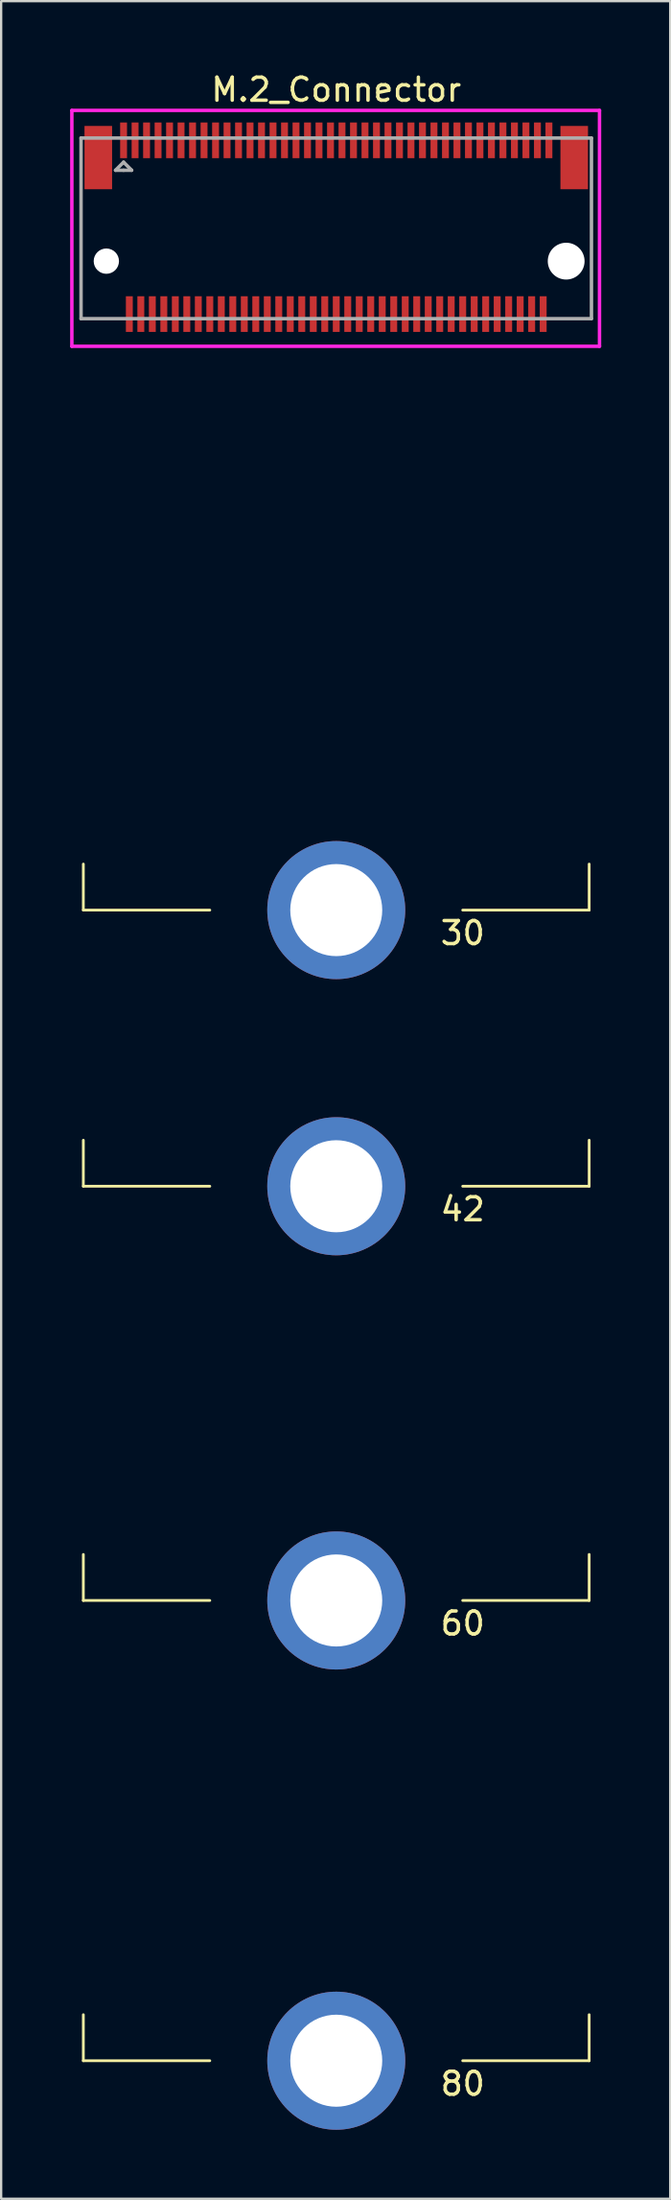
<source format=kicad_pcb>
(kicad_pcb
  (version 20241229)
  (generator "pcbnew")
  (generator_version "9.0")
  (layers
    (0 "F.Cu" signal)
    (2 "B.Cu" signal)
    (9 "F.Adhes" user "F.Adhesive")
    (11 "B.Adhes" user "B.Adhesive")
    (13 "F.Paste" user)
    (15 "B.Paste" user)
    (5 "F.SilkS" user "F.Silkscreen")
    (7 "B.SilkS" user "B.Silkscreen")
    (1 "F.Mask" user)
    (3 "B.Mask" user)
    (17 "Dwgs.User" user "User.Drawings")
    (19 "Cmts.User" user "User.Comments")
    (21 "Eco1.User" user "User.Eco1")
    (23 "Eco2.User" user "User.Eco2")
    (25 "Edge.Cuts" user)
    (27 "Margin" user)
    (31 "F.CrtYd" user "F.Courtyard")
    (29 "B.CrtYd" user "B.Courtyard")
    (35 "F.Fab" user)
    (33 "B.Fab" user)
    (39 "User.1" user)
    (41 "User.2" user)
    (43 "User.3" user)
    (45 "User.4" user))
  (footprint "M.2_Connector"
    (layer "F.Cu")
    (at 11.575 6.498)
    (property "Reference" "M.2_Connector" (at 0 -5.65 180) (layer "F.SilkS") (effects (font (size 1 1) (thickness 0.15))))
    (attr through_hole)
    (fp_line (start -11 30) (end -11 28) (stroke (width 0.12) (type solid)) (layer "F.SilkS"))
    (fp_line (start -11 42) (end -11 40) (stroke (width 0.12) (type solid)) (layer "F.SilkS"))
    (fp_line (start -11 60) (end -11 58) (stroke (width 0.12) (type solid)) (layer "F.SilkS"))
    (fp_line (start -11 80) (end -11 78) (stroke (width 0.12) (type solid)) (layer "F.SilkS"))
    (fp_line (start -5.5 30) (end -11 30) (stroke (width 0.12) (type solid)) (layer "F.SilkS"))
    (fp_line (start -5.5 42) (end -11 42) (stroke (width 0.12) (type solid)) (layer "F.SilkS"))
    (fp_line (start -5.5 60) (end -11 60) (stroke (width 0.12) (type solid)) (layer "F.SilkS"))
    (fp_line (start -5.5 80) (end -11 80) (stroke (width 0.12) (type solid)) (layer "F.SilkS"))
    (fp_line (start 5.5 30) (end 11 30) (stroke (width 0.12) (type solid)) (layer "F.SilkS"))
    (fp_line (start 5.5 42) (end 11 42) (stroke (width 0.12) (type solid)) (layer "F.SilkS"))
    (fp_line (start 5.5 60) (end 11 60) (stroke (width 0.12) (type solid)) (layer "F.SilkS"))
    (fp_line (start 5.5 80) (end 11 80) (stroke (width 0.12) (type solid)) (layer "F.SilkS"))
    (fp_line (start 11 30) (end 11 28) (stroke (width 0.12) (type solid)) (layer "F.SilkS"))
    (fp_line (start 11 42) (end 11 40) (stroke (width 0.12) (type solid)) (layer "F.SilkS"))
    (fp_line (start 11 60) (end 11 58) (stroke (width 0.12) (type solid)) (layer "F.SilkS"))
    (fp_line (start 11 80) (end 11 78) (stroke (width 0.12) (type solid)) (layer "F.SilkS"))
    (fp_line (start -11.5 -4.75) (end 11.45 -4.75) (stroke (width 0.15) (type solid)) (layer "F.CrtYd"))
    (fp_line (start -11.5 5.5) (end -11.5 -4.75) (stroke (width 0.15) (type solid)) (layer "F.CrtYd"))
    (fp_line (start 11.45 -4.75) (end 11.45 5.5) (stroke (width 0.15) (type solid)) (layer "F.CrtYd"))
    (fp_line (start 11.45 5.5) (end -11.5 5.5) (stroke (width 0.15) (type solid)) (layer "F.CrtYd"))
    (fp_line (start -11.1 -3.55) (end 11.1 -3.55) (stroke (width 0.15) (type solid)) (layer "F.Fab"))
    (fp_line (start -11.1 4.3) (end -11.1 -3.55) (stroke (width 0.15) (type solid)) (layer "F.Fab"))
    (fp_line (start -9.6 -2.15) (end -9.25 -2.15) (stroke (width 0.15) (type solid)) (layer "F.Fab"))
    (fp_line (start -9.25 -2.5) (end -9.6 -2.15) (stroke (width 0.15) (type solid)) (layer "F.Fab"))
    (fp_line (start -9.25 -2.5) (end -8.9 -2.15) (stroke (width 0.15) (type solid)) (layer "F.Fab"))
    (fp_line (start -8.9 -2.15) (end -9.25 -2.15) (stroke (width 0.15) (type solid)) (layer "F.Fab"))
    (fp_line (start 11.1 -3.55) (end 11.1 4.3) (stroke (width 0.15) (type solid)) (layer "F.Fab"))
    (fp_line (start 11.1 4.3) (end -11.1 4.3) (stroke (width 0.15) (type solid)) (layer "F.Fab"))
    (fp_text user "80" (at 5.5 81 0) (layer "F.SilkS") (effects (font (size 1 1) (thickness 0.15))))
    (fp_text user "42" (at 5.5 43 0) (layer "F.SilkS") (effects (font (size 1 1) (thickness 0.15))))
    (fp_text user "60" (at 5.5 61 0) (layer "F.SilkS") (effects (font (size 1 1) (thickness 0.15))))
    (fp_text user "30" (at 5.5 31 0) (layer "F.SilkS") (effects (font (size 1 1) (thickness 0.15))))
    (pad "" np_thru_hole circle (at -10 1.8) (size 1.1 1.1) (drill 1.1) (layers "*.Cu" "*.Mask"))
    (pad "" np_thru_hole circle (at 10 1.8) (size 1.6 1.6) (drill 1.6) (layers "*.Cu" "*.Mask"))
    (pad "1" smd rect (at -9.25 -3.45) (size 0.3 1.55) (layers "F.Cu" "F.Mask" "F.Paste"))
    (pad "2" smd rect (at -9 4.1) (size 0.3 1.55) (layers "F.Cu" "F.Mask" "F.Paste"))
    (pad "3" smd rect (at -8.75 -3.45) (size 0.3 1.55) (layers "F.Cu" "F.Mask" "F.Paste"))
    (pad "4" smd rect (at -8.5 4.1) (size 0.3 1.55) (layers "F.Cu" "F.Mask" "F.Paste"))
    (pad "5" smd rect (at -8.25 -3.45) (size 0.3 1.55) (layers "F.Cu" "F.Mask" "F.Paste"))
    (pad "6" smd rect (at -8 4.1) (size 0.3 1.55) (layers "F.Cu" "F.Mask" "F.Paste"))
    (pad "7" smd rect (at -7.75 -3.45) (size 0.3 1.55) (layers "F.Cu" "F.Mask" "F.Paste"))
    (pad "8" smd rect (at -7.5 4.1) (size 0.3 1.55) (layers "F.Cu" "F.Mask" "F.Paste"))
    (pad "9" smd rect (at -7.25 -3.45) (size 0.3 1.55) (layers "F.Cu" "F.Mask" "F.Paste"))
    (pad "10" smd rect (at -7 4.1) (size 0.3 1.55) (layers "F.Cu" "F.Mask" "F.Paste"))
    (pad "11" smd rect (at -6.75 -3.45) (size 0.3 1.55) (layers "F.Cu" "F.Mask" "F.Paste"))
    (pad "12" smd rect (at -6.5 4.1) (size 0.3 1.55) (layers "F.Cu" "F.Mask" "F.Paste"))
    (pad "13" smd rect (at -6.25 -3.45) (size 0.3 1.55) (layers "F.Cu" "F.Mask" "F.Paste"))
    (pad "14" smd rect (at -6 4.1) (size 0.3 1.55) (layers "F.Cu" "F.Mask" "F.Paste"))
    (pad "15" smd rect (at -5.75 -3.45) (size 0.3 1.55) (layers "F.Cu" "F.Mask" "F.Paste"))
    (pad "16" smd rect (at -5.5 4.1) (size 0.3 1.55) (layers "F.Cu" "F.Mask" "F.Paste"))
    (pad "17" smd rect (at -5.25 -3.45) (size 0.3 1.55) (layers "F.Cu" "F.Mask" "F.Paste"))
    (pad "18" smd rect (at -5 4.1) (size 0.3 1.55) (layers "F.Cu" "F.Mask" "F.Paste"))
    (pad "19" smd rect (at -4.75 -3.45) (size 0.3 1.55) (layers "F.Cu" "F.Mask" "F.Paste"))
    (pad "20" smd rect (at -4.5 4.1) (size 0.3 1.55) (layers "F.Cu" "F.Mask" "F.Paste"))
    (pad "21" smd rect (at -4.25 -3.45) (size 0.3 1.55) (layers "F.Cu" "F.Mask" "F.Paste"))
    (pad "22" smd rect (at -4 4.1) (size 0.3 1.55) (layers "F.Cu" "F.Mask" "F.Paste"))
    (pad "23" smd rect (at -3.75 -3.45) (size 0.3 1.55) (layers "F.Cu" "F.Mask" "F.Paste"))
    (pad "24" smd rect (at -3.5 4.1) (size 0.3 1.55) (layers "F.Cu" "F.Mask" "F.Paste"))
    (pad "25" smd rect (at -3.25 -3.45) (size 0.3 1.55) (layers "F.Cu" "F.Mask" "F.Paste"))
    (pad "26" smd rect (at -3 4.1) (size 0.3 1.55) (layers "F.Cu" "F.Mask" "F.Paste"))
    (pad "27" smd rect (at -2.75 -3.45) (size 0.3 1.55) (layers "F.Cu" "F.Mask" "F.Paste"))
    (pad "28" smd rect (at -2.5 4.1) (size 0.3 1.55) (layers "F.Cu" "F.Mask" "F.Paste"))
    (pad "29" smd rect (at -2.25 -3.45) (size 0.3 1.55) (layers "F.Cu" "F.Mask" "F.Paste"))
    (pad "30" smd rect (at -2 4.1) (size 0.3 1.55) (layers "F.Cu" "F.Mask" "F.Paste"))
    (pad "31" smd rect (at -1.75 -3.45) (size 0.3 1.55) (layers "F.Cu" "F.Mask" "F.Paste"))
    (pad "32" smd rect (at -1.5 4.1) (size 0.3 1.55) (layers "F.Cu" "F.Mask" "F.Paste"))
    (pad "33" smd rect (at -1.25 -3.45) (size 0.3 1.55) (layers "F.Cu" "F.Mask" "F.Paste"))
    (pad "34" smd rect (at -1 4.1) (size 0.3 1.55) (layers "F.Cu" "F.Mask" "F.Paste"))
    (pad "35" smd rect (at -0.75 -3.45) (size 0.3 1.55) (layers "F.Cu" "F.Mask" "F.Paste"))
    (pad "36" smd rect (at -0.5 4.1) (size 0.3 1.55) (layers "F.Cu" "F.Mask" "F.Paste"))
    (pad "37" smd rect (at -0.25 -3.45) (size 0.3 1.55) (layers "F.Cu" "F.Mask" "F.Paste"))
    (pad "38" smd rect (at 0 4.1) (size 0.3 1.55) (layers "F.Cu" "F.Mask" "F.Paste"))
    (pad "39" smd rect (at 0.25 -3.45) (size 0.3 1.55) (layers "F.Cu" "F.Mask" "F.Paste"))
    (pad "40" smd rect (at 0.5 4.1) (size 0.3 1.55) (layers "F.Cu" "F.Mask" "F.Paste"))
    (pad "41" smd rect (at 0.75 -3.45) (size 0.3 1.55) (layers "F.Cu" "F.Mask" "F.Paste"))
    (pad "42" smd rect (at 1 4.1) (size 0.3 1.55) (layers "F.Cu" "F.Mask" "F.Paste"))
    (pad "43" smd rect (at 1.25 -3.45) (size 0.3 1.55) (layers "F.Cu" "F.Mask" "F.Paste"))
    (pad "44" smd rect (at 1.5 4.1) (size 0.3 1.55) (layers "F.Cu" "F.Mask" "F.Paste"))
    (pad "45" smd rect (at 1.75 -3.45) (size 0.3 1.55) (layers "F.Cu" "F.Mask" "F.Paste"))
    (pad "46" smd rect (at 2 4.1) (size 0.3 1.55) (layers "F.Cu" "F.Mask" "F.Paste"))
    (pad "47" smd rect (at 2.25 -3.45) (size 0.3 1.55) (layers "F.Cu" "F.Mask" "F.Paste"))
    (pad "48" smd rect (at 2.5 4.1) (size 0.3 1.55) (layers "F.Cu" "F.Mask" "F.Paste"))
    (pad "49" smd rect (at 2.75 -3.45) (size 0.3 1.55) (layers "F.Cu" "F.Mask" "F.Paste"))
    (pad "50" smd rect (at 3 4.1) (size 0.3 1.55) (layers "F.Cu" "F.Mask" "F.Paste"))
    (pad "51" smd rect (at 3.25 -3.45) (size 0.3 1.55) (layers "F.Cu" "F.Mask" "F.Paste"))
    (pad "52" smd rect (at 3.5 4.1) (size 0.3 1.55) (layers "F.Cu" "F.Mask" "F.Paste"))
    (pad "53" smd rect (at 3.75 -3.45) (size 0.3 1.55) (layers "F.Cu" "F.Mask" "F.Paste"))
    (pad "54" smd rect (at 4 4.1) (size 0.3 1.55) (layers "F.Cu" "F.Mask" "F.Paste"))
    (pad "55" smd rect (at 4.25 -3.45) (size 0.3 1.55) (layers "F.Cu" "F.Mask" "F.Paste"))
    (pad "56" smd rect (at 4.5 4.1) (size 0.3 1.55) (layers "F.Cu" "F.Mask" "F.Paste"))
    (pad "57" smd rect (at 4.75 -3.45) (size 0.3 1.55) (layers "F.Cu" "F.Mask" "F.Paste"))
    (pad "58" smd rect (at 5 4.1) (size 0.3 1.55) (layers "F.Cu" "F.Mask" "F.Paste"))
    (pad "59" smd rect (at 5.25 -3.45) (size 0.3 1.55) (layers "F.Cu" "F.Mask" "F.Paste"))
    (pad "60" smd rect (at 5.5 4.1) (size 0.3 1.55) (layers "F.Cu" "F.Mask" "F.Paste"))
    (pad "61" smd rect (at 5.75 -3.45) (size 0.3 1.55) (layers "F.Cu" "F.Mask" "F.Paste"))
    (pad "62" smd rect (at 6 4.1) (size 0.3 1.55) (layers "F.Cu" "F.Mask" "F.Paste"))
    (pad "63" smd rect (at 6.25 -3.45) (size 0.3 1.55) (layers "F.Cu" "F.Mask" "F.Paste"))
    (pad "64" smd rect (at 6.5 4.1) (size 0.3 1.55) (layers "F.Cu" "F.Mask" "F.Paste"))
    (pad "65" smd rect (at 6.75 -3.45) (size 0.3 1.55) (layers "F.Cu" "F.Mask" "F.Paste"))
    (pad "66" smd rect (at 7 4.1) (size 0.3 1.55) (layers "F.Cu" "F.Mask" "F.Paste"))
    (pad "67" smd rect (at 7.25 -3.45) (size 0.3 1.55) (layers "F.Cu" "F.Mask" "F.Paste"))
    (pad "68" smd rect (at 7.5 4.1) (size 0.3 1.55) (layers "F.Cu" "F.Mask" "F.Paste"))
    (pad "69" smd rect (at 7.75 -3.45) (size 0.3 1.55) (layers "F.Cu" "F.Mask" "F.Paste"))
    (pad "70" smd rect (at 8 4.1) (size 0.3 1.55) (layers "F.Cu" "F.Mask" "F.Paste"))
    (pad "71" smd rect (at 8.25 -3.45) (size 0.3 1.55) (layers "F.Cu" "F.Mask" "F.Paste"))
    (pad "72" smd rect (at 8.5 4.1) (size 0.3 1.55) (layers "F.Cu" "F.Mask" "F.Paste"))
    (pad "73" smd rect (at 8.75 -3.45) (size 0.3 1.55) (layers "F.Cu" "F.Mask" "F.Paste"))
    (pad "74" smd rect (at 9 4.1) (size 0.3 1.55) (layers "F.Cu" "F.Mask" "F.Paste"))
    (pad "75" smd rect (at 9.25 -3.45) (size 0.3 1.55) (layers "F.Cu" "F.Mask" "F.Paste"))
    (pad "MP" thru_hole circle (at 0 30 180) (size 6 6) (drill 4) (layers "*.Cu" "*.Mask"))
    (pad "MP" thru_hole circle (at 0 42 180) (size 6 6) (drill 4) (layers "*.Cu" "*.Mask"))
    (pad "MP" thru_hole circle (at 0 60 180) (size 6 6) (drill 4) (layers "*.Cu" "*.Mask"))
    (pad "MP" thru_hole circle (at 0 80 180) (size 6 6) (drill 4) (layers "*.Cu" "*.Mask"))
    (pad "SH" smd rect (at -10.35 -2.7) (size 1.2 2.75) (layers "F.Cu" "F.Mask" "F.Paste"))
    (pad "SH" smd rect (at 10.35 -2.7) (size 1.2 2.75) (layers "F.Cu" "F.Mask" "F.Paste")))
  (gr_rect
    (start -3 -3)
    (end 26.1 92.498)
    (stroke (width 0.1) (type default))
    (fill no)
    (layer "Edge.Cuts")))
</source>
